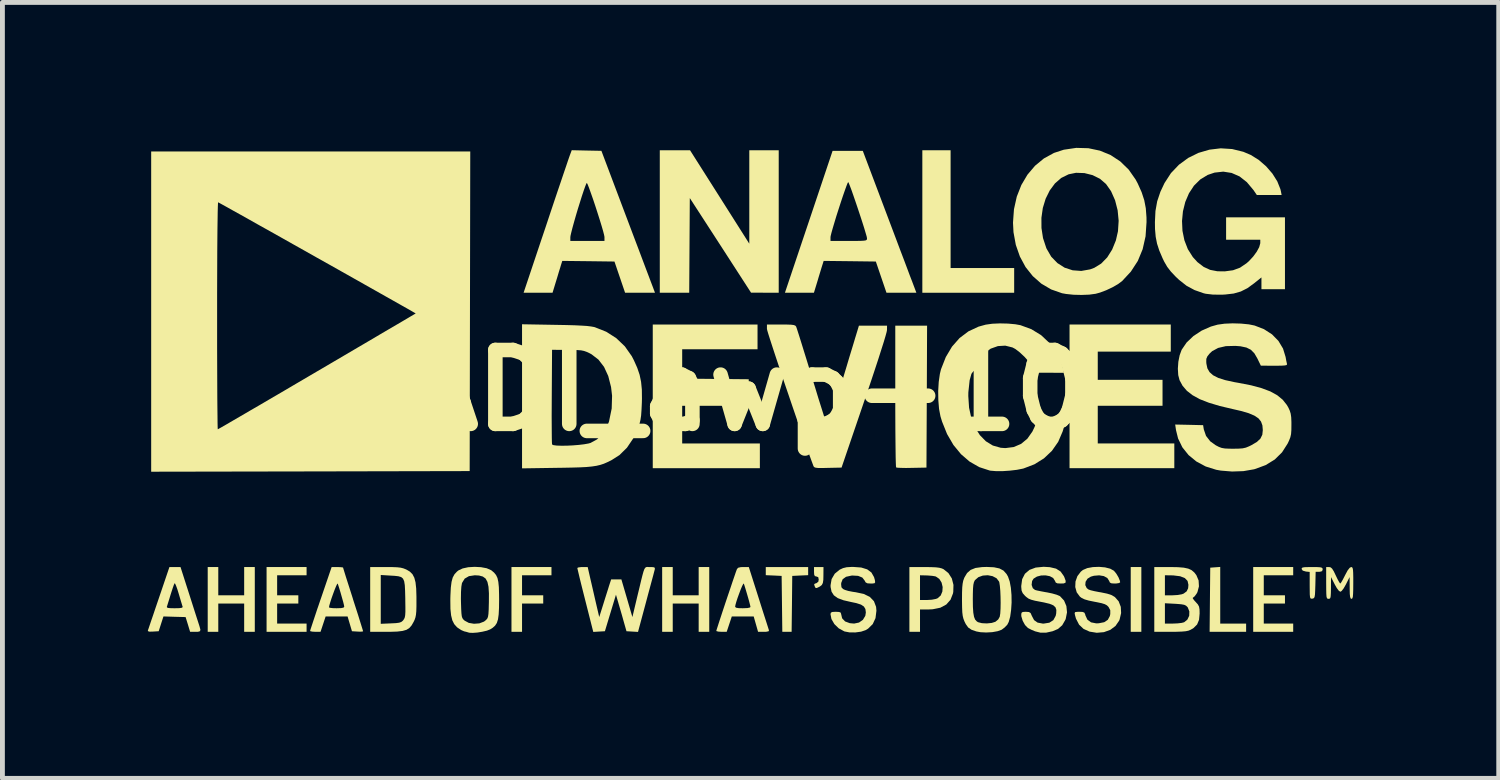
<source format=kicad_pcb>
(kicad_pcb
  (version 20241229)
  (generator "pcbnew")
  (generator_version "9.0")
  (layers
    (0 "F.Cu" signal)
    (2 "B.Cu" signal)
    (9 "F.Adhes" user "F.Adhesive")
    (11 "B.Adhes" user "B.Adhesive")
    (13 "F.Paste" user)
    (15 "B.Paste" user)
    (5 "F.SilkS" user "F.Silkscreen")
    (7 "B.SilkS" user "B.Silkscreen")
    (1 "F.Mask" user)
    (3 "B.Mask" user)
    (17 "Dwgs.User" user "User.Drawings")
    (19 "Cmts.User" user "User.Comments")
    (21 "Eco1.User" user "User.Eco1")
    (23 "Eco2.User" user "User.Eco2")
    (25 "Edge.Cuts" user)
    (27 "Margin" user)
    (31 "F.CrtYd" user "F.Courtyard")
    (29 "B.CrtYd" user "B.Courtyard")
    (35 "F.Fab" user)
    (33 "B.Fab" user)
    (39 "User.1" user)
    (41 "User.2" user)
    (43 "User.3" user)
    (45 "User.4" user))
  (footprint "ADI_awp-10"
    (layer "F.Cu")
    (at 12.428 5.003)
    (property "Reference" "ADI_awp-10" (at 0 0 0) (layer "F.SilkS") (effects (font (size 1.524 1.524) (thickness 0.3))))
    (attr board_only exclude_from_pos_files exclude_from_bom)
    (fp_poly (pts (xy 8.062 4.978) (xy 7.843 4.978) (xy 7.843 3.642) (xy 8.062 3.642)) (stroke (width 0) (type solid)) (fill yes) (layer "F.SilkS"))
    (fp_poly (pts (xy 4.128 -2.525) (xy 5.439 -2.525) (xy 5.439 -2.015) (xy 3.545 -2.015) (xy 3.545 -4.954) (xy 4.128 -4.954)) (stroke (width 0) (type solid)) (fill yes) (layer "F.SilkS"))
    (fp_poly (pts (xy 9.689 4.808) (xy 10.223 4.808) (xy 10.223 4.978) (xy 9.47 4.978) (xy 9.483 3.655) (xy 9.689 3.64)) (stroke (width 0) (type solid)) (fill yes) (layer "F.SilkS"))
    (fp_poly (pts (xy -4.104 3.812) (xy -4.711 3.812) (xy -4.711 4.225) (xy -4.274 4.225) (xy -4.274 4.395) (xy -4.711 4.395) (xy -4.711 4.978) (xy -4.929 4.978) (xy -4.929 3.642) (xy -4.104 3.642)) (stroke (width 0) (type solid)) (fill yes) (layer "F.SilkS"))
    (fp_poly (pts (xy -10.976 4.225) (xy -10.442 4.225) (xy -10.442 3.642) (xy -10.223 3.642) (xy -10.223 4.978) (xy -10.442 4.978) (xy -10.442 4.395) (xy -10.976 4.395) (xy -10.976 4.978) (xy -11.194 4.978) (xy -11.194 3.642) (xy -10.976 3.642)) (stroke (width 0) (type solid)) (fill yes) (layer "F.SilkS"))
    (fp_poly (pts (xy -9.155 3.812) (xy -9.762 3.812) (xy -9.762 4.225) (xy -9.325 4.225) (xy -9.325 4.395) (xy -9.762 4.395) (xy -9.762 4.808) (xy -9.155 4.808) (xy -9.155 4.978) (xy -9.98 4.978) (xy -9.98 3.642) (xy -9.155 3.642)) (stroke (width 0) (type solid)) (fill yes) (layer "F.SilkS"))
    (fp_poly (pts (xy -1.603 4.225) (xy -1.068 4.225) (xy -1.068 3.642) (xy -0.85 3.642) (xy -0.85 4.978) (xy -1.068 4.978) (xy -1.068 4.395) (xy -1.603 4.395) (xy -1.603 4.978) (xy -1.821 4.978) (xy -1.821 3.642) (xy -1.603 3.642)) (stroke (width 0) (type solid)) (fill yes) (layer "F.SilkS"))
    (fp_poly (pts (xy 1.19 3.81) (xy 1.026 3.817) (xy 0.862 3.825) (xy 0.856 4.401) (xy 0.849 4.978) (xy 0.657 4.978) (xy 0.65 4.401) (xy 0.643 3.825) (xy 0.48 3.817) (xy 0.316 3.81) (xy 0.316 3.642) (xy 1.19 3.642)) (stroke (width 0) (type solid)) (fill yes) (layer "F.SilkS"))
    (fp_poly (pts (xy 8.669 -0.801) (xy 7.163 -0.801) (xy 7.163 -0.219) (xy 8.499 -0.219) (xy 8.499 0.316) (xy 7.163 0.316) (xy 7.163 1.093) (xy 8.742 1.093) (xy 8.742 1.603) (xy 6.581 1.603) (xy 6.581 -1.36) (xy 8.669 -1.36)) (stroke (width 0) (type solid)) (fill yes) (layer "F.SilkS"))
    (fp_poly (pts (xy 11.194 3.812) (xy 10.587 3.812) (xy 10.587 4.225) (xy 11.024 4.225) (xy 11.024 4.395) (xy 10.587 4.395) (xy 10.587 4.808) (xy 11.194 4.808) (xy 11.194 4.978) (xy 10.369 4.978) (xy 10.369 3.642) (xy 11.194 3.642)) (stroke (width 0) (type solid)) (fill yes) (layer "F.SilkS"))
    (fp_poly (pts (xy -0.635 -3.991) (xy -0.024 -3.027) (xy -0.024 -4.954) (xy 0.583 -4.954) (xy 0.583 -2.015) (xy 0.297 -2.016) (xy 0.012 -2.017) (xy -0.619 -2.993) (xy -1.251 -3.968) (xy -1.263 -2.015) (xy -1.87 -2.015) (xy -1.87 -4.954) (xy -1.246 -4.954)) (stroke (width 0) (type solid)) (fill yes) (layer "F.SilkS"))
    (fp_poly (pts (xy 0.146 -0.85) (xy -1.408 -0.85) (xy -1.408 -0.244) (xy -0.036 -0.231) (xy -0.03 0.042) (xy -0.023 0.316) (xy -1.408 0.316) (xy -1.408 1.093) (xy 0.194 1.093) (xy 0.194 1.603) (xy -2.015 1.603) (xy -2.015 -1.36) (xy 0.146 -1.36)) (stroke (width 0) (type solid)) (fill yes) (layer "F.SilkS"))
    (fp_poly (pts (xy 3.637 0.127) (xy 3.63 1.591) (xy 3.325 1.597) (xy 3.208 1.599) (xy 3.109 1.597) (xy 3.038 1.594) (xy 3.005 1.588) (xy 3.004 1.587) (xy 3.001 1.561) (xy 2.998 1.49) (xy 2.995 1.379) (xy 2.993 1.232) (xy 2.991 1.054) (xy 2.989 0.848) (xy 2.988 0.62) (xy 2.987 0.372) (xy 2.987 0.117) (xy 2.987 -1.336) (xy 3.643 -1.336)) (stroke (width 0) (type solid)) (fill yes) (layer "F.SilkS"))
    (fp_poly (pts (xy 1.505 3.806) (xy 1.503 3.907) (xy 1.493 3.971) (xy 1.472 4.012) (xy 1.434 4.042) (xy 1.416 4.052) (xy 1.367 4.075) (xy 1.342 4.072) (xy 1.326 4.042) (xy 1.326 4.041) (xy 1.313 4.001) (xy 1.329 3.984) (xy 1.36 3.975) (xy 1.4 3.944) (xy 1.408 3.9) (xy 1.398 3.851) (xy 1.361 3.837) (xy 1.36 3.837) (xy 1.328 3.829) (xy 1.314 3.796) (xy 1.311 3.74) (xy 1.311 3.642) (xy 1.506 3.642)) (stroke (width 0) (type solid)) (fill yes) (layer "F.SilkS"))
    (fp_poly (pts (xy 11.686 3.643) (xy 11.751 3.647) (xy 11.785 3.656) (xy 11.799 3.671) (xy 11.802 3.691) (xy 11.79 3.727) (xy 11.747 3.739) (xy 11.729 3.74) (xy 11.657 3.74) (xy 11.651 4.013) (xy 11.647 4.131) (xy 11.643 4.21) (xy 11.635 4.257) (xy 11.623 4.281) (xy 11.604 4.291) (xy 11.589 4.294) (xy 11.566 4.295) (xy 11.55 4.287) (xy 11.541 4.261) (xy 11.536 4.208) (xy 11.535 4.121) (xy 11.534 4.022) (xy 11.534 3.743) (xy 11.456 3.735) (xy 11.391 3.716) (xy 11.369 3.685) (xy 11.37 3.665) (xy 11.388 3.652) (xy 11.432 3.645) (xy 11.51 3.643) (xy 11.581 3.642)) (stroke (width 0) (type solid)) (fill yes) (layer "F.SilkS"))
    (fp_poly (pts (xy 3.726 3.644) (xy 3.824 3.648) (xy 3.895 3.657) (xy 3.948 3.671) (xy 3.983 3.687) (xy 4.083 3.767) (xy 4.153 3.877) (xy 4.187 4.01) (xy 4.183 4.154) (xy 4.177 4.187) (xy 4.126 4.317) (xy 4.039 4.415) (xy 3.916 4.481) (xy 3.758 4.513) (xy 3.674 4.517) (xy 3.497 4.517) (xy 3.497 4.978) (xy 3.278 4.978) (xy 3.278 3.812) (xy 3.497 3.812) (xy 3.497 4.322) (xy 3.644 4.322) (xy 3.74 4.316) (xy 3.824 4.3) (xy 3.86 4.286) (xy 3.924 4.229) (xy 3.958 4.147) (xy 3.964 4.055) (xy 3.942 3.963) (xy 3.895 3.887) (xy 3.824 3.838) (xy 3.81 3.834) (xy 3.752 3.824) (xy 3.669 3.817) (xy 3.624 3.815) (xy 3.497 3.812) (xy 3.278 3.812) (xy 3.278 3.642) (xy 3.588 3.642)) (stroke (width 0) (type solid)) (fill yes) (layer "F.SilkS"))
    (fp_poly (pts (xy -7.386 3.643) (xy -7.287 3.647) (xy -7.215 3.655) (xy -7.159 3.669) (xy -7.108 3.689) (xy -7.095 3.695) (xy -7.024 3.737) (xy -6.971 3.79) (xy -6.933 3.862) (xy -6.908 3.958) (xy -6.894 4.086) (xy -6.889 4.253) (xy -6.889 4.314) (xy -6.889 4.453) (xy -6.892 4.554) (xy -6.899 4.627) (xy -6.91 4.682) (xy -6.927 4.731) (xy -6.947 4.773) (xy -6.989 4.846) (xy -7.036 4.9) (xy -7.095 4.937) (xy -7.176 4.96) (xy -7.285 4.973) (xy -7.431 4.978) (xy -7.509 4.978) (xy -7.843 4.978) (xy -7.843 3.806) (xy -7.625 3.806) (xy -7.625 4.813) (xy -7.416 4.804) (xy -7.312 4.799) (xy -7.245 4.79) (xy -7.202 4.775) (xy -7.172 4.751) (xy -7.16 4.737) (xy -7.142 4.71) (xy -7.129 4.679) (xy -7.121 4.634) (xy -7.117 4.567) (xy -7.117 4.47) (xy -7.119 4.335) (xy -7.119 4.294) (xy -7.123 4.135) (xy -7.129 4.017) (xy -7.142 3.935) (xy -7.166 3.881) (xy -7.204 3.849) (xy -7.262 3.832) (xy -7.344 3.823) (xy -7.416 3.819) (xy -7.625 3.806) (xy -7.843 3.806) (xy -7.843 3.642) (xy -7.523 3.642)) (stroke (width 0) (type solid)) (fill yes) (layer "F.SilkS"))
    (fp_poly (pts (xy 11.967 3.649) (xy 11.997 3.676) (xy 12.032 3.732) (xy 12.07 3.812) (xy 12.109 3.893) (xy 12.142 3.953) (xy 12.162 3.981) (xy 12.165 3.982) (xy 12.182 3.962) (xy 12.214 3.908) (xy 12.253 3.832) (xy 12.263 3.812) (xy 12.316 3.713) (xy 12.359 3.658) (xy 12.389 3.642) (xy 12.407 3.646) (xy 12.419 3.662) (xy 12.427 3.699) (xy 12.431 3.762) (xy 12.433 3.861) (xy 12.433 3.97) (xy 12.432 4.105) (xy 12.429 4.197) (xy 12.424 4.256) (xy 12.414 4.287) (xy 12.401 4.298) (xy 12.396 4.298) (xy 12.379 4.29) (xy 12.368 4.258) (xy 12.361 4.197) (xy 12.359 4.096) (xy 12.359 4.073) (xy 12.357 3.849) (xy 12.281 4.001) (xy 12.234 4.083) (xy 12.193 4.136) (xy 12.166 4.152) (xy 12.135 4.131) (xy 12.092 4.074) (xy 12.051 4.001) (xy 11.974 3.849) (xy 11.973 4.073) (xy 11.971 4.179) (xy 11.967 4.245) (xy 11.959 4.281) (xy 11.943 4.296) (xy 11.923 4.298) (xy 11.903 4.295) (xy 11.89 4.283) (xy 11.881 4.252) (xy 11.877 4.196) (xy 11.875 4.107) (xy 11.874 3.977) (xy 11.874 3.97) (xy 11.874 3.642) (xy 11.933 3.642)) (stroke (width 0) (type solid)) (fill yes) (layer "F.SilkS"))
    (fp_poly (pts (xy -11.57 4.219) (xy -11.518 4.382) (xy -11.47 4.533) (xy -11.428 4.664) (xy -11.394 4.769) (xy -11.371 4.84) (xy -11.363 4.866) (xy -11.345 4.932) (xy -11.352 4.965) (xy -11.392 4.977) (xy -11.449 4.978) (xy -11.557 4.978) (xy -11.603 4.826) (xy -11.65 4.674) (xy -11.879 4.668) (xy -12.107 4.661) (xy -12.156 4.813) (xy -12.205 4.966) (xy -12.322 4.973) (xy -12.394 4.975) (xy -12.426 4.965) (xy -12.428 4.949) (xy -12.417 4.919) (xy -12.393 4.848) (xy -12.358 4.744) (xy -12.313 4.613) (xy -12.262 4.461) (xy -12.26 4.456) (xy -12.036 4.456) (xy -12.035 4.475) (xy -12.01 4.486) (xy -11.952 4.491) (xy -11.874 4.492) (xy -11.779 4.49) (xy -11.727 4.482) (xy -11.71 4.468) (xy -11.711 4.462) (xy -11.722 4.427) (xy -11.743 4.357) (xy -11.771 4.263) (xy -11.791 4.195) (xy -11.821 4.098) (xy -11.848 4.024) (xy -11.868 3.982) (xy -11.876 3.976) (xy -11.891 4.006) (xy -11.914 4.071) (xy -11.943 4.16) (xy -11.958 4.207) (xy -11.988 4.306) (xy -12.014 4.389) (xy -12.031 4.444) (xy -12.036 4.456) (xy -12.26 4.456) (xy -12.205 4.294) (xy -12.2 4.28) (xy -11.984 3.643) (xy -11.869 3.643) (xy -11.755 3.642)) (stroke (width 0) (type solid)) (fill yes) (layer "F.SilkS"))
    (fp_poly (pts (xy -2.1 3.642) (xy -2.072 3.642) (xy -2.005 3.644) (xy -1.975 3.655) (xy -1.971 3.68) (xy -1.975 3.697) (xy -1.985 3.735) (xy -2.005 3.812) (xy -2.035 3.923) (xy -2.072 4.06) (xy -2.114 4.216) (xy -2.154 4.366) (xy -2.319 4.98) (xy -2.438 4.973) (xy -2.557 4.966) (xy -2.616 4.759) (xy -2.65 4.637) (xy -2.688 4.507) (xy -2.721 4.394) (xy -2.724 4.383) (xy -2.774 4.213) (xy -2.888 4.589) (xy -3.002 4.966) (xy -3.122 4.973) (xy -3.242 4.98) (xy -3.407 4.329) (xy -3.45 4.159) (xy -3.489 4.004) (xy -3.522 3.87) (xy -3.547 3.764) (xy -3.564 3.693) (xy -3.571 3.661) (xy -3.571 3.661) (xy -3.548 3.65) (xy -3.493 3.643) (xy -3.463 3.642) (xy -3.357 3.642) (xy -3.303 3.879) (xy -3.273 4.008) (xy -3.238 4.16) (xy -3.203 4.313) (xy -3.184 4.395) (xy -3.119 4.674) (xy -3.039 4.42) (xy -3.001 4.298) (xy -2.963 4.178) (xy -2.931 4.077) (xy -2.917 4.031) (xy -2.873 3.897) (xy -2.662 3.897) (xy -2.548 4.286) (xy -2.435 4.674) (xy -2.334 4.249) (xy -2.289 4.064) (xy -2.255 3.92) (xy -2.228 3.813) (xy -2.207 3.737) (xy -2.189 3.687) (xy -2.171 3.658) (xy -2.152 3.644) (xy -2.129 3.64)) (stroke (width 0) (type solid)) (fill yes) (layer "F.SilkS"))
    (fp_poly (pts (xy 0.169 4.28) (xy 0.222 4.448) (xy 0.271 4.602) (xy 0.314 4.735) (xy 0.348 4.841) (xy 0.371 4.914) (xy 0.382 4.947) (xy 0.382 4.948) (xy 0.374 4.967) (xy 0.325 4.977) (xy 0.275 4.978) (xy 0.157 4.978) (xy 0.112 4.82) (xy 0.067 4.662) (xy -0.385 4.662) (xy -0.49 4.978) (xy -0.597 4.978) (xy -0.661 4.974) (xy -0.7 4.964) (xy -0.704 4.958) (xy -0.697 4.932) (xy -0.676 4.867) (xy -0.645 4.77) (xy -0.605 4.649) (xy -0.56 4.512) (xy -0.543 4.461) (xy -0.316 4.461) (xy -0.299 4.48) (xy -0.244 4.49) (xy -0.158 4.492) (xy -0.06 4.488) (xy -0.009 4.476) (xy 0 4.463) (xy -0.007 4.43) (xy -0.024 4.363) (xy -0.048 4.276) (xy -0.076 4.18) (xy -0.103 4.089) (xy -0.126 4.015) (xy -0.138 3.982) (xy -0.149 3.991) (xy -0.172 4.035) (xy -0.201 4.104) (xy -0.233 4.189) (xy -0.265 4.277) (xy -0.292 4.36) (xy -0.31 4.425) (xy -0.316 4.461) (xy -0.543 4.461) (xy -0.511 4.365) (xy -0.461 4.216) (xy -0.412 4.072) (xy -0.368 3.94) (xy -0.329 3.827) (xy -0.3 3.742) (xy -0.281 3.691) (xy -0.279 3.685) (xy -0.254 3.657) (xy -0.199 3.644) (xy -0.148 3.642) (xy -0.034 3.642)) (stroke (width 0) (type solid)) (fill yes) (layer "F.SilkS"))
    (fp_poly (pts (xy -8.452 3.645) (xy -8.409 3.65) (xy -8.402 3.654) (xy -8.395 3.679) (xy -8.375 3.744) (xy -8.344 3.844) (xy -8.303 3.972) (xy -8.255 4.122) (xy -8.202 4.288) (xy -8.196 4.31) (xy -8.142 4.478) (xy -8.093 4.63) (xy -8.052 4.762) (xy -8.02 4.865) (xy -7.998 4.936) (xy -7.989 4.967) (xy -7.989 4.967) (xy -8.011 4.974) (xy -8.066 4.975) (xy -8.104 4.973) (xy -8.219 4.966) (xy -8.264 4.814) (xy -8.309 4.662) (xy -8.762 4.662) (xy -8.867 4.978) (xy -8.975 4.978) (xy -9.039 4.974) (xy -9.078 4.965) (xy -9.082 4.96) (xy -9.075 4.933) (xy -9.053 4.866) (xy -9.02 4.766) (xy -8.977 4.637) (xy -8.927 4.486) (xy -8.922 4.474) (xy -8.693 4.474) (xy -8.671 4.483) (xy -8.613 4.49) (xy -8.535 4.492) (xy -8.443 4.489) (xy -8.393 4.479) (xy -8.378 4.46) (xy -8.384 4.425) (xy -8.401 4.357) (xy -8.426 4.269) (xy -8.453 4.173) (xy -8.48 4.083) (xy -8.503 4.012) (xy -8.514 3.982) (xy -8.525 3.993) (xy -8.547 4.039) (xy -8.576 4.11) (xy -8.608 4.196) (xy -8.64 4.286) (xy -8.667 4.37) (xy -8.686 4.436) (xy -8.693 4.474) (xy -8.922 4.474) (xy -8.87 4.32) (xy -8.86 4.292) (xy -8.638 3.642) (xy -8.52 3.642)) (stroke (width 0) (type solid)) (fill yes) (layer "F.SilkS"))
    (fp_poly (pts (xy 2.821 -3.606) (xy 2.914 -3.36) (xy 3.003 -3.124) (xy 3.086 -2.903) (xy 3.163 -2.701) (xy 3.23 -2.523) (xy 3.286 -2.373) (xy 3.331 -2.257) (xy 3.361 -2.177) (xy 3.374 -2.143) (xy 3.422 -2.015) (xy 3.113 -2.016) (xy 2.805 -2.016) (xy 2.586 -2.659) (xy 2.048 -2.666) (xy 1.51 -2.672) (xy 1.485 -2.593) (xy 1.467 -2.536) (xy 1.44 -2.447) (xy 1.407 -2.339) (xy 1.385 -2.264) (xy 1.309 -2.015) (xy 0.711 -2.015) (xy 1.07 -3.084) (xy 1.651 -3.084) (xy 2.028 -3.084) (xy 2.17 -3.084) (xy 2.271 -3.085) (xy 2.338 -3.089) (xy 2.377 -3.095) (xy 2.397 -3.106) (xy 2.403 -3.122) (xy 2.404 -3.139) (xy 2.397 -3.175) (xy 2.376 -3.247) (xy 2.346 -3.348) (xy 2.307 -3.471) (xy 2.263 -3.606) (xy 2.216 -3.748) (xy 2.169 -3.887) (xy 2.124 -4.018) (xy 2.084 -4.132) (xy 2.05 -4.222) (xy 2.027 -4.279) (xy 2.016 -4.298) (xy 2.003 -4.276) (xy 1.979 -4.215) (xy 1.946 -4.123) (xy 1.906 -4.008) (xy 1.862 -3.876) (xy 1.817 -3.737) (xy 1.772 -3.597) (xy 1.732 -3.464) (xy 1.697 -3.346) (xy 1.67 -3.25) (xy 1.654 -3.185) (xy 1.651 -3.162) (xy 1.651 -3.084) (xy 1.07 -3.084) (xy 1.203 -3.479) (xy 1.694 -4.942) (xy 2.317 -4.942)) (stroke (width 0) (type solid)) (fill yes) (layer "F.SilkS"))
    (fp_poly (pts (xy -3.38 -4.948) (xy -3.074 -4.942) (xy -2.57 -3.606) (xy -2.477 -3.36) (xy -2.388 -3.124) (xy -2.304 -2.903) (xy -2.228 -2.701) (xy -2.161 -2.523) (xy -2.104 -2.373) (xy -2.06 -2.256) (xy -2.03 -2.177) (xy -2.017 -2.143) (xy -1.969 -2.015) (xy -2.277 -2.016) (xy -2.586 -2.016) (xy -2.805 -2.659) (xy -3.343 -2.666) (xy -3.881 -2.672) (xy -3.906 -2.593) (xy -3.923 -2.536) (xy -3.951 -2.447) (xy -3.983 -2.339) (xy -4.006 -2.264) (xy -4.082 -2.015) (xy -4.679 -2.015) (xy -4.321 -3.084) (xy -3.715 -3.084) (xy -3.011 -3.084) (xy -3.011 -3.167) (xy -3.019 -3.209) (xy -3.039 -3.287) (xy -3.07 -3.394) (xy -3.109 -3.521) (xy -3.153 -3.66) (xy -3.199 -3.802) (xy -3.245 -3.94) (xy -3.289 -4.065) (xy -3.326 -4.168) (xy -3.355 -4.243) (xy -3.373 -4.279) (xy -3.374 -4.28) (xy -3.386 -4.264) (xy -3.408 -4.209) (xy -3.439 -4.122) (xy -3.476 -4.011) (xy -3.516 -3.883) (xy -3.559 -3.746) (xy -3.6 -3.608) (xy -3.638 -3.475) (xy -3.671 -3.355) (xy -3.696 -3.257) (xy -3.712 -3.187) (xy -3.715 -3.158) (xy -3.715 -3.084) (xy -4.321 -3.084) (xy -4.221 -3.381) (xy -4.138 -3.631) (xy -4.058 -3.87) (xy -3.983 -4.093) (xy -3.914 -4.296) (xy -3.854 -4.474) (xy -3.803 -4.623) (xy -3.764 -4.739) (xy -3.737 -4.817) (xy -3.725 -4.851) (xy -3.686 -4.955)) (stroke (width 0) (type solid)) (fill yes) (layer "F.SilkS"))
    (fp_poly (pts (xy 8.651 3.642) (xy 8.814 3.645) (xy 8.938 3.655) (xy 9.03 3.675) (xy 9.099 3.707) (xy 9.154 3.754) (xy 9.197 3.81) (xy 9.243 3.919) (xy 9.25 4.041) (xy 9.219 4.159) (xy 9.201 4.192) (xy 9.163 4.244) (xy 9.13 4.272) (xy 9.124 4.274) (xy 9.123 4.289) (xy 9.151 4.328) (xy 9.18 4.36) (xy 9.227 4.412) (xy 9.252 4.458) (xy 9.262 4.517) (xy 9.264 4.601) (xy 9.252 4.731) (xy 9.212 4.827) (xy 9.139 4.9) (xy 9.08 4.935) (xy 9.035 4.954) (xy 8.978 4.966) (xy 8.899 4.973) (xy 8.788 4.977) (xy 8.663 4.978) (xy 8.329 4.978) (xy 8.329 4.389) (xy 8.548 4.389) (xy 8.548 4.808) (xy 8.716 4.808) (xy 8.811 4.804) (xy 8.894 4.794) (xy 8.944 4.781) (xy 9.011 4.727) (xy 9.049 4.647) (xy 9.052 4.558) (xy 9.02 4.476) (xy 9.013 4.467) (xy 8.984 4.439) (xy 8.946 4.421) (xy 8.885 4.41) (xy 8.791 4.402) (xy 8.758 4.4) (xy 8.548 4.389) (xy 8.329 4.389) (xy 8.329 3.812) (xy 8.548 3.812) (xy 8.548 4.225) (xy 8.707 4.225) (xy 8.81 4.219) (xy 8.896 4.204) (xy 8.934 4.19) (xy 8.997 4.143) (xy 9.027 4.08) (xy 9.033 4.009) (xy 9.015 3.928) (xy 8.959 3.87) (xy 8.862 3.832) (xy 8.724 3.815) (xy 8.663 3.813) (xy 8.548 3.812) (xy 8.329 3.812) (xy 8.329 3.642)) (stroke (width 0) (type solid)) (fill yes) (layer "F.SilkS"))
    (fp_poly (pts (xy 0.756 -1.359) (xy 0.841 -1.356) (xy 0.894 -1.349) (xy 0.925 -1.337) (xy 0.94 -1.32) (xy 0.942 -1.317) (xy 0.953 -1.286) (xy 0.977 -1.213) (xy 1.012 -1.103) (xy 1.056 -0.962) (xy 1.108 -0.794) (xy 1.167 -0.604) (xy 1.23 -0.398) (xy 1.275 -0.25) (xy 1.341 -0.037) (xy 1.401 0.161) (xy 1.457 0.338) (xy 1.505 0.491) (xy 1.544 0.615) (xy 1.573 0.705) (xy 1.591 0.757) (xy 1.596 0.768) (xy 1.604 0.744) (xy 1.625 0.678) (xy 1.657 0.577) (xy 1.698 0.444) (xy 1.746 0.286) (xy 1.8 0.108) (xy 1.859 -0.086) (xy 1.859 -0.087) (xy 1.921 -0.291) (xy 1.981 -0.489) (xy 2.036 -0.674) (xy 2.086 -0.838) (xy 2.128 -0.976) (xy 2.159 -1.08) (xy 2.176 -1.135) (xy 2.237 -1.336) (xy 2.817 -1.336) (xy 2.816 -1.245) (xy 2.808 -1.204) (xy 2.785 -1.12) (xy 2.749 -0.999) (xy 2.699 -0.842) (xy 2.639 -0.653) (xy 2.568 -0.437) (xy 2.488 -0.196) (xy 2.4 0.065) (xy 2.347 0.219) (xy 1.879 1.591) (xy 1.598 1.597) (xy 1.476 1.6) (xy 1.394 1.599) (xy 1.344 1.593) (xy 1.316 1.582) (xy 1.302 1.565) (xy 1.3 1.561) (xy 1.261 1.456) (xy 1.211 1.319) (xy 1.153 1.155) (xy 1.087 0.968) (xy 1.016 0.764) (xy 0.941 0.548) (xy 0.864 0.323) (xy 0.787 0.096) (xy 0.71 -0.129) (xy 0.637 -0.347) (xy 0.568 -0.553) (xy 0.505 -0.743) (xy 0.45 -0.911) (xy 0.404 -1.053) (xy 0.369 -1.163) (xy 0.347 -1.237) (xy 0.34 -1.27) (xy 0.34 -1.36) (xy 0.631 -1.36)) (stroke (width 0) (type solid)) (fill yes) (layer "F.SilkS"))
    (fp_poly (pts (xy 5.022 3.647) (xy 5.135 3.671) (xy 5.218 3.715) (xy 5.281 3.785) (xy 5.312 3.839) (xy 5.347 3.94) (xy 5.371 4.07) (xy 5.384 4.22) (xy 5.386 4.376) (xy 5.376 4.528) (xy 5.357 4.665) (xy 5.327 4.774) (xy 5.297 4.832) (xy 5.242 4.889) (xy 5.181 4.935) (xy 5.099 4.965) (xy 4.988 4.985) (xy 4.863 4.992) (xy 4.742 4.986) (xy 4.658 4.97) (xy 4.558 4.935) (xy 4.491 4.889) (xy 4.441 4.819) (xy 4.412 4.76) (xy 4.392 4.707) (xy 4.378 4.649) (xy 4.369 4.575) (xy 4.365 4.475) (xy 4.363 4.339) (xy 4.363 4.31) (xy 4.363 4.304) (xy 4.586 4.304) (xy 4.588 4.464) (xy 4.596 4.583) (xy 4.611 4.668) (xy 4.634 4.726) (xy 4.668 4.763) (xy 4.695 4.78) (xy 4.774 4.8) (xy 4.875 4.805) (xy 4.976 4.795) (xy 5.052 4.771) (xy 5.11 4.723) (xy 5.141 4.668) (xy 5.152 4.601) (xy 5.158 4.501) (xy 5.16 4.382) (xy 5.158 4.255) (xy 5.153 4.134) (xy 5.144 4.031) (xy 5.133 3.959) (xy 5.127 3.941) (xy 5.075 3.873) (xy 4.993 3.83) (xy 4.895 3.811) (xy 4.793 3.818) (xy 4.701 3.851) (xy 4.631 3.911) (xy 4.626 3.919) (xy 4.609 3.955) (xy 4.597 4.008) (xy 4.59 4.086) (xy 4.587 4.198) (xy 4.586 4.304) (xy 4.363 4.304) (xy 4.364 4.167) (xy 4.368 4.063) (xy 4.376 3.986) (xy 4.388 3.925) (xy 4.407 3.872) (xy 4.414 3.856) (xy 4.468 3.765) (xy 4.542 3.701) (xy 4.642 3.661) (xy 4.777 3.643) (xy 4.872 3.64)) (stroke (width 0) (type solid)) (fill yes) (layer "F.SilkS"))
    (fp_poly (pts (xy 2.285 3.652) (xy 2.408 3.69) (xy 2.495 3.755) (xy 2.549 3.85) (xy 2.566 3.91) (xy 2.572 3.956) (xy 2.559 3.976) (xy 2.514 3.982) (xy 2.479 3.982) (xy 2.412 3.978) (xy 2.375 3.958) (xy 2.355 3.921) (xy 2.307 3.859) (xy 2.221 3.824) (xy 2.102 3.817) (xy 2.082 3.819) (xy 1.972 3.843) (xy 1.902 3.893) (xy 1.872 3.97) (xy 1.87 4) (xy 1.877 4.06) (xy 1.909 4.095) (xy 1.949 4.114) (xy 2.018 4.135) (xy 2.11 4.153) (xy 2.173 4.162) (xy 2.337 4.197) (xy 2.462 4.258) (xy 2.547 4.347) (xy 2.591 4.463) (xy 2.598 4.543) (xy 2.579 4.696) (xy 2.522 4.819) (xy 2.426 4.913) (xy 2.374 4.944) (xy 2.281 4.975) (xy 2.163 4.991) (xy 2.043 4.99) (xy 1.942 4.971) (xy 1.934 4.968) (xy 1.82 4.906) (xy 1.73 4.818) (xy 1.67 4.714) (xy 1.651 4.615) (xy 1.658 4.584) (xy 1.687 4.569) (xy 1.751 4.565) (xy 1.761 4.565) (xy 1.829 4.569) (xy 1.861 4.582) (xy 1.87 4.611) (xy 1.87 4.612) (xy 1.891 4.7) (xy 1.952 4.764) (xy 2.049 4.8) (xy 2.138 4.808) (xy 2.239 4.787) (xy 2.319 4.731) (xy 2.369 4.648) (xy 2.38 4.579) (xy 2.371 4.509) (xy 2.34 4.457) (xy 2.28 4.417) (xy 2.184 4.386) (xy 2.079 4.364) (xy 1.918 4.327) (xy 1.8 4.283) (xy 1.72 4.225) (xy 1.673 4.151) (xy 1.653 4.056) (xy 1.652 4.018) (xy 1.674 3.89) (xy 1.739 3.779) (xy 1.841 3.696) (xy 1.841 3.696) (xy 1.91 3.664) (xy 1.985 3.646) (xy 2.084 3.64) (xy 2.123 3.64)) (stroke (width 0) (type solid)) (fill yes) (layer "F.SilkS"))
    (fp_poly (pts (xy 6.97 -4.996) (xy 7.207 -4.946) (xy 7.428 -4.855) (xy 7.627 -4.724) (xy 7.8 -4.556) (xy 7.943 -4.352) (xy 7.987 -4.27) (xy 8.068 -4.089) (xy 8.122 -3.924) (xy 8.154 -3.757) (xy 8.168 -3.57) (xy 8.169 -3.472) (xy 8.149 -3.179) (xy 8.089 -2.913) (xy 7.989 -2.671) (xy 7.846 -2.451) (xy 7.665 -2.256) (xy 7.582 -2.194) (xy 7.467 -2.128) (xy 7.338 -2.067) (xy 7.211 -2.019) (xy 7.12 -1.994) (xy 6.987 -1.976) (xy 6.828 -1.97) (xy 6.662 -1.974) (xy 6.51 -1.99) (xy 6.426 -2.005) (xy 6.201 -2.084) (xy 5.999 -2.203) (xy 5.823 -2.358) (xy 5.674 -2.545) (xy 5.557 -2.762) (xy 5.473 -3.002) (xy 5.425 -3.264) (xy 5.415 -3.46) (xy 5.422 -3.561) (xy 6.001 -3.561) (xy 6.002 -3.351) (xy 6.034 -3.142) (xy 6.101 -2.939) (xy 6.107 -2.925) (xy 6.204 -2.758) (xy 6.331 -2.627) (xy 6.48 -2.532) (xy 6.646 -2.478) (xy 6.823 -2.465) (xy 7.005 -2.497) (xy 7.091 -2.529) (xy 7.233 -2.616) (xy 7.358 -2.744) (xy 7.46 -2.906) (xy 7.537 -3.095) (xy 7.58 -3.283) (xy 7.594 -3.499) (xy 7.573 -3.716) (xy 7.52 -3.923) (xy 7.437 -4.11) (xy 7.333 -4.258) (xy 7.209 -4.365) (xy 7.056 -4.441) (xy 6.888 -4.483) (xy 6.715 -4.489) (xy 6.562 -4.458) (xy 6.41 -4.383) (xy 6.28 -4.27) (xy 6.172 -4.124) (xy 6.088 -3.954) (xy 6.03 -3.764) (xy 6.001 -3.561) (xy 5.422 -3.561) (xy 5.435 -3.738) (xy 5.493 -3.998) (xy 5.587 -4.237) (xy 5.713 -4.45) (xy 5.869 -4.634) (xy 6.052 -4.785) (xy 6.26 -4.899) (xy 6.462 -4.965) (xy 6.72 -5.003)) (stroke (width 0) (type solid)) (fill yes) (layer "F.SilkS"))
    (fp_poly (pts (xy -5.791 1.663) (xy -9.076 1.67) (xy -12.36 1.676) (xy -12.36 -1.544) (xy -11 -1.544) (xy -11 -1.211) (xy -11 -0.892) (xy -10.999 -0.591) (xy -10.998 -0.31) (xy -10.997 -0.053) (xy -10.996 0.176) (xy -10.994 0.375) (xy -10.992 0.54) (xy -10.991 0.667) (xy -10.989 0.754) (xy -10.987 0.797) (xy -10.986 0.801) (xy -10.964 0.789) (xy -10.902 0.754) (xy -10.804 0.698) (xy -10.674 0.622) (xy -10.512 0.528) (xy -10.324 0.418) (xy -10.11 0.294) (xy -9.875 0.156) (xy -9.621 0.008) (xy -9.351 -0.151) (xy -9.068 -0.317) (xy -8.94 -0.392) (xy -8.652 -0.561) (xy -8.376 -0.723) (xy -8.116 -0.876) (xy -7.872 -1.019) (xy -7.65 -1.15) (xy -7.451 -1.267) (xy -7.278 -1.368) (xy -7.135 -1.452) (xy -7.024 -1.518) (xy -6.947 -1.563) (xy -6.908 -1.586) (xy -6.904 -1.588) (xy -6.924 -1.6) (xy -6.983 -1.634) (xy -7.077 -1.688) (xy -7.203 -1.759) (xy -7.357 -1.846) (xy -7.536 -1.947) (xy -7.736 -2.06) (xy -7.954 -2.183) (xy -8.186 -2.314) (xy -8.429 -2.451) (xy -8.679 -2.592) (xy -8.933 -2.734) (xy -9.186 -2.877) (xy -9.437 -3.018) (xy -9.68 -3.155) (xy -9.913 -3.286) (xy -10.132 -3.408) (xy -10.334 -3.522) (xy -10.514 -3.623) (xy -10.671 -3.71) (xy -10.799 -3.782) (xy -10.895 -3.835) (xy -10.957 -3.869) (xy -10.979 -3.881) (xy -10.982 -3.859) (xy -10.985 -3.791) (xy -10.988 -3.68) (xy -10.99 -3.531) (xy -10.993 -3.346) (xy -10.995 -3.128) (xy -10.997 -2.88) (xy -10.998 -2.606) (xy -10.999 -2.309) (xy -11 -1.991) (xy -11 -1.656) (xy -11 -1.544) (xy -12.36 -1.544) (xy -12.36 -4.929) (xy -5.779 -4.929)) (stroke (width 0) (type solid)) (fill yes) (layer "F.SilkS"))
    (fp_poly (pts (xy -4.025 -1.353) (xy -3.803 -1.349) (xy -3.623 -1.344) (xy -3.482 -1.337) (xy -3.372 -1.33) (xy -3.29 -1.32) (xy -3.228 -1.309) (xy -3.209 -1.304) (xy -2.975 -1.211) (xy -2.768 -1.079) (xy -2.591 -0.91) (xy -2.448 -0.707) (xy -2.405 -0.624) (xy -2.335 -0.467) (xy -2.286 -0.323) (xy -2.256 -0.178) (xy -2.24 -0.018) (xy -2.238 0.17) (xy -2.24 0.255) (xy -2.247 0.404) (xy -2.255 0.516) (xy -2.268 0.604) (xy -2.286 0.68) (xy -2.311 0.756) (xy -2.418 0.99) (xy -2.548 1.182) (xy -2.703 1.334) (xy -2.87 1.44) (xy -2.95 1.479) (xy -3.023 1.511) (xy -3.096 1.535) (xy -3.176 1.554) (xy -3.268 1.568) (xy -3.381 1.579) (xy -3.519 1.586) (xy -3.691 1.591) (xy -3.902 1.595) (xy -3.988 1.596) (xy -4.711 1.607) (xy -4.711 0.531) (xy -4.1 0.531) (xy -4.099 0.708) (xy -4.098 0.861) (xy -4.097 0.982) (xy -4.095 1.067) (xy -4.092 1.11) (xy -4.092 1.114) (xy -4.063 1.128) (xy -3.995 1.137) (xy -3.9 1.14) (xy -3.785 1.139) (xy -3.662 1.133) (xy -3.54 1.123) (xy -3.43 1.11) (xy -3.34 1.094) (xy -3.298 1.082) (xy -3.166 1.01) (xy -3.052 0.899) (xy -2.962 0.758) (xy -2.917 0.64) (xy -2.862 0.373) (xy -2.854 0.11) (xy -2.875 -0.07) (xy -2.933 -0.297) (xy -3.02 -0.486) (xy -3.135 -0.636) (xy -3.278 -0.746) (xy -3.319 -0.768) (xy -3.379 -0.796) (xy -3.433 -0.815) (xy -3.492 -0.827) (xy -3.568 -0.833) (xy -3.673 -0.836) (xy -3.774 -0.837) (xy -4.092 -0.838) (xy -4.098 0.121) (xy -4.099 0.333) (xy -4.1 0.531) (xy -4.711 0.531) (xy -4.711 -1.365)) (stroke (width 0) (type solid)) (fill yes) (layer "F.SilkS"))
    (fp_poly (pts (xy -5.558 3.645) (xy -5.44 3.667) (xy -5.352 3.705) (xy -5.344 3.71) (xy -5.288 3.757) (xy -5.247 3.807) (xy -5.218 3.868) (xy -5.2 3.949) (xy -5.189 4.058) (xy -5.185 4.202) (xy -5.184 4.31) (xy -5.186 4.486) (xy -5.193 4.62) (xy -5.207 4.721) (xy -5.231 4.796) (xy -5.267 4.851) (xy -5.316 4.895) (xy -5.367 4.927) (xy -5.435 4.954) (xy -5.529 4.976) (xy -5.631 4.993) (xy -5.727 5) (xy -5.798 4.997) (xy -5.816 4.992) (xy -5.856 4.98) (xy -5.906 4.968) (xy -5.966 4.942) (xy -6.035 4.897) (xy -6.057 4.879) (xy -6.11 4.819) (xy -6.149 4.741) (xy -6.174 4.639) (xy -6.188 4.506) (xy -6.19 4.335) (xy -6.19 4.297) (xy -5.972 4.297) (xy -5.97 4.381) (xy -5.966 4.509) (xy -5.961 4.597) (xy -5.954 4.656) (xy -5.942 4.694) (xy -5.923 4.722) (xy -5.896 4.747) (xy -5.893 4.749) (xy -5.809 4.794) (xy -5.702 4.812) (xy -5.592 4.804) (xy -5.497 4.768) (xy -5.471 4.749) (xy -5.444 4.724) (xy -5.424 4.698) (xy -5.412 4.662) (xy -5.404 4.608) (xy -5.399 4.525) (xy -5.396 4.405) (xy -5.395 4.366) (xy -5.394 4.185) (xy -5.403 4.048) (xy -5.425 3.948) (xy -5.463 3.879) (xy -5.52 3.838) (xy -5.598 3.817) (xy -5.685 3.812) (xy -5.806 3.83) (xy -5.894 3.881) (xy -5.947 3.967) (xy -5.951 3.978) (xy -5.963 4.049) (xy -5.97 4.158) (xy -5.972 4.297) (xy -6.19 4.297) (xy -6.188 4.226) (xy -6.18 4.067) (xy -6.165 3.948) (xy -6.141 3.859) (xy -6.104 3.791) (xy -6.052 3.735) (xy -6.02 3.71) (xy -5.936 3.671) (xy -5.821 3.646) (xy -5.69 3.638)) (stroke (width 0) (type solid)) (fill yes) (layer "F.SilkS"))
    (fp_poly (pts (xy 9.935 -4.979) (xy 10.166 -4.922) (xy 10.319 -4.857) (xy 10.483 -4.755) (xy 10.635 -4.623) (xy 10.765 -4.473) (xy 10.866 -4.312) (xy 10.93 -4.152) (xy 10.94 -4.11) (xy 10.955 -4.031) (xy 10.444 -4.031) (xy 10.373 -4.135) (xy 10.238 -4.296) (xy 10.088 -4.414) (xy 9.924 -4.486) (xy 9.752 -4.513) (xy 9.572 -4.493) (xy 9.43 -4.445) (xy 9.276 -4.351) (xy 9.147 -4.223) (xy 9.044 -4.066) (xy 8.968 -3.888) (xy 8.92 -3.695) (xy 8.901 -3.495) (xy 8.91 -3.293) (xy 8.95 -3.097) (xy 9.021 -2.914) (xy 9.124 -2.751) (xy 9.219 -2.647) (xy 9.348 -2.548) (xy 9.481 -2.487) (xy 9.631 -2.458) (xy 9.782 -2.456) (xy 9.953 -2.479) (xy 10.097 -2.532) (xy 10.231 -2.623) (xy 10.281 -2.667) (xy 10.369 -2.762) (xy 10.442 -2.862) (xy 10.493 -2.956) (xy 10.514 -3.033) (xy 10.515 -3.04) (xy 10.515 -3.108) (xy 9.81 -3.108) (xy 9.81 -3.57) (xy 11.024 -3.57) (xy 11.024 -2.088) (xy 10.539 -2.088) (xy 10.539 -2.331) (xy 10.388 -2.21) (xy 10.249 -2.109) (xy 10.114 -2.041) (xy 9.967 -1.999) (xy 9.794 -1.979) (xy 9.725 -1.975) (xy 9.538 -1.977) (xy 9.392 -1.994) (xy 9.349 -2.004) (xy 9.16 -2.07) (xy 8.996 -2.158) (xy 8.841 -2.28) (xy 8.772 -2.345) (xy 8.671 -2.452) (xy 8.596 -2.549) (xy 8.534 -2.656) (xy 8.501 -2.724) (xy 8.432 -2.885) (xy 8.386 -3.027) (xy 8.358 -3.169) (xy 8.344 -3.328) (xy 8.342 -3.472) (xy 8.353 -3.7) (xy 8.389 -3.902) (xy 8.455 -4.098) (xy 8.54 -4.278) (xy 8.673 -4.483) (xy 8.838 -4.656) (xy 9.029 -4.796) (xy 9.24 -4.9) (xy 9.466 -4.966) (xy 9.699 -4.994)) (stroke (width 0) (type solid)) (fill yes) (layer "F.SilkS"))
    (fp_poly (pts (xy 7.313 3.649) (xy 7.42 3.676) (xy 7.495 3.718) (xy 7.496 3.718) (xy 7.546 3.779) (xy 7.591 3.855) (xy 7.62 3.927) (xy 7.625 3.957) (xy 7.603 3.972) (xy 7.548 3.981) (xy 7.518 3.982) (xy 7.45 3.979) (xy 7.414 3.963) (xy 7.398 3.928) (xy 7.397 3.926) (xy 7.36 3.868) (xy 7.288 3.829) (xy 7.192 3.813) (xy 7.084 3.822) (xy 7.02 3.84) (xy 6.951 3.883) (xy 6.912 3.946) (xy 6.906 4.015) (xy 6.935 4.076) (xy 6.972 4.105) (xy 7.017 4.121) (xy 7.096 4.14) (xy 7.194 4.159) (xy 7.227 4.164) (xy 7.357 4.191) (xy 7.451 4.222) (xy 7.516 4.261) (xy 7.594 4.349) (xy 7.638 4.463) (xy 7.645 4.591) (xy 7.614 4.724) (xy 7.603 4.75) (xy 7.528 4.858) (xy 7.421 4.938) (xy 7.29 4.985) (xy 7.143 4.998) (xy 6.994 4.974) (xy 6.87 4.918) (xy 6.778 4.831) (xy 6.714 4.707) (xy 6.693 4.632) (xy 6.686 4.591) (xy 6.698 4.571) (xy 6.742 4.566) (xy 6.785 4.565) (xy 6.852 4.568) (xy 6.887 4.583) (xy 6.904 4.618) (xy 6.908 4.638) (xy 6.949 4.727) (xy 7.025 4.783) (xy 7.132 4.804) (xy 7.183 4.802) (xy 7.296 4.78) (xy 7.37 4.731) (xy 7.412 4.653) (xy 7.421 4.612) (xy 7.421 4.532) (xy 7.385 4.465) (xy 7.353 4.433) (xy 7.31 4.409) (xy 7.244 4.388) (xy 7.144 4.367) (xy 7.101 4.359) (xy 6.978 4.334) (xy 6.892 4.309) (xy 6.831 4.28) (xy 6.795 4.253) (xy 6.729 4.164) (xy 6.699 4.055) (xy 6.704 3.94) (xy 6.743 3.83) (xy 6.814 3.737) (xy 6.858 3.702) (xy 6.947 3.664) (xy 7.062 3.643) (xy 7.189 3.638)) (stroke (width 0) (type solid)) (fill yes) (layer "F.SilkS"))
    (fp_poly (pts (xy 6.175 3.645) (xy 6.303 3.675) (xy 6.397 3.735) (xy 6.464 3.83) (xy 6.475 3.854) (xy 6.501 3.926) (xy 6.499 3.964) (xy 6.462 3.98) (xy 6.401 3.982) (xy 6.333 3.979) (xy 6.297 3.963) (xy 6.281 3.928) (xy 6.28 3.926) (xy 6.243 3.868) (xy 6.175 3.831) (xy 6.088 3.814) (xy 5.995 3.816) (xy 5.908 3.839) (xy 5.84 3.881) (xy 5.809 3.93) (xy 5.799 4.01) (xy 5.823 4.078) (xy 5.868 4.114) (xy 5.912 4.126) (xy 5.99 4.142) (xy 6.086 4.16) (xy 6.118 4.165) (xy 6.223 4.187) (xy 6.315 4.213) (xy 6.377 4.239) (xy 6.385 4.244) (xy 6.468 4.333) (xy 6.516 4.447) (xy 6.529 4.576) (xy 6.503 4.708) (xy 6.495 4.73) (xy 6.43 4.843) (xy 6.343 4.919) (xy 6.232 4.966) (xy 6.096 4.996) (xy 5.978 4.995) (xy 5.871 4.968) (xy 5.795 4.936) (xy 5.729 4.902) (xy 5.722 4.898) (xy 5.663 4.838) (xy 5.615 4.751) (xy 5.587 4.659) (xy 5.585 4.628) (xy 5.59 4.587) (xy 5.615 4.569) (xy 5.672 4.565) (xy 5.68 4.565) (xy 5.744 4.57) (xy 5.778 4.591) (xy 5.801 4.643) (xy 5.804 4.65) (xy 5.85 4.737) (xy 5.922 4.788) (xy 6.027 4.808) (xy 6.051 4.808) (xy 6.165 4.79) (xy 6.247 4.737) (xy 6.295 4.649) (xy 6.306 4.598) (xy 6.309 4.527) (xy 6.291 4.473) (xy 6.247 4.432) (xy 6.169 4.4) (xy 6.052 4.372) (xy 5.984 4.359) (xy 5.869 4.337) (xy 5.79 4.316) (xy 5.735 4.293) (xy 5.691 4.261) (xy 5.664 4.237) (xy 5.615 4.181) (xy 5.592 4.127) (xy 5.585 4.052) (xy 5.585 4.032) (xy 5.604 3.892) (xy 5.661 3.781) (xy 5.754 3.701) (xy 5.883 3.653) (xy 6.046 3.637)) (stroke (width 0) (type solid)) (fill yes) (layer "F.SilkS"))
    (fp_poly (pts (xy 5.312 -1.379) (xy 5.465 -1.365) (xy 5.569 -1.346) (xy 5.793 -1.264) (xy 5.994 -1.141) (xy 6.165 -0.981) (xy 6.304 -0.788) (xy 6.35 -0.699) (xy 6.393 -0.604) (xy 6.428 -0.515) (xy 6.448 -0.45) (xy 6.45 -0.443) (xy 6.465 -0.364) (xy 6.177 -0.365) (xy 5.889 -0.365) (xy 5.816 -0.488) (xy 5.745 -0.588) (xy 5.655 -0.691) (xy 5.556 -0.784) (xy 5.462 -0.856) (xy 5.404 -0.887) (xy 5.256 -0.924) (xy 5.104 -0.915) (xy 4.955 -0.862) (xy 4.816 -0.767) (xy 4.81 -0.762) (xy 4.679 -0.612) (xy 4.582 -0.429) (xy 4.521 -0.212) (xy 4.494 0.039) (xy 4.493 0.117) (xy 4.509 0.357) (xy 4.556 0.573) (xy 4.631 0.763) (xy 4.732 0.922) (xy 4.855 1.048) (xy 4.999 1.136) (xy 5.161 1.182) (xy 5.257 1.189) (xy 5.43 1.167) (xy 5.582 1.102) (xy 5.711 0.995) (xy 5.815 0.847) (xy 5.857 0.759) (xy 5.91 0.631) (xy 6.197 0.631) (xy 6.324 0.631) (xy 6.41 0.635) (xy 6.459 0.648) (xy 6.478 0.677) (xy 6.474 0.725) (xy 6.453 0.8) (xy 6.438 0.848) (xy 6.347 1.06) (xy 6.217 1.246) (xy 6.053 1.401) (xy 5.857 1.523) (xy 5.635 1.608) (xy 5.616 1.613) (xy 5.494 1.637) (xy 5.35 1.654) (xy 5.202 1.664) (xy 5.064 1.664) (xy 4.953 1.655) (xy 4.932 1.651) (xy 4.718 1.581) (xy 4.521 1.468) (xy 4.343 1.315) (xy 4.186 1.124) (xy 4.055 0.899) (xy 3.952 0.643) (xy 3.919 0.534) (xy 3.89 0.383) (xy 3.875 0.204) (xy 3.872 0.012) (xy 3.883 -0.175) (xy 3.907 -0.343) (xy 3.93 -0.437) (xy 4.029 -0.689) (xy 4.157 -0.904) (xy 4.313 -1.081) (xy 4.496 -1.219) (xy 4.704 -1.316) (xy 4.852 -1.357) (xy 4.986 -1.376) (xy 5.146 -1.383)) (stroke (width 0) (type solid)) (fill yes) (layer "F.SilkS"))
    (fp_poly (pts (xy 10.118 -1.379) (xy 10.28 -1.363) (xy 10.398 -1.339) (xy 10.591 -1.264) (xy 10.757 -1.157) (xy 10.889 -1.022) (xy 10.984 -0.864) (xy 11.037 -0.691) (xy 11.05 -0.618) (xy 11.063 -0.56) (xy 11.065 -0.552) (xy 11.066 -0.534) (xy 11.052 -0.522) (xy 11.015 -0.515) (xy 10.947 -0.511) (xy 10.84 -0.51) (xy 10.801 -0.51) (xy 10.527 -0.511) (xy 10.454 -0.661) (xy 10.393 -0.766) (xy 10.321 -0.839) (xy 10.229 -0.885) (xy 10.107 -0.911) (xy 10.001 -0.919) (xy 9.805 -0.914) (xy 9.646 -0.877) (xy 9.522 -0.81) (xy 9.47 -0.761) (xy 9.423 -0.702) (xy 9.402 -0.651) (xy 9.401 -0.585) (xy 9.404 -0.55) (xy 9.424 -0.456) (xy 9.469 -0.378) (xy 9.542 -0.313) (xy 9.648 -0.259) (xy 9.792 -0.213) (xy 9.979 -0.172) (xy 10.064 -0.157) (xy 10.326 -0.106) (xy 10.544 -0.047) (xy 10.722 0.02) (xy 10.865 0.099) (xy 10.977 0.191) (xy 11.062 0.298) (xy 11.092 0.349) (xy 11.123 0.416) (xy 11.142 0.478) (xy 11.153 0.552) (xy 11.157 0.652) (xy 11.157 0.705) (xy 11.156 0.818) (xy 11.15 0.899) (xy 11.135 0.966) (xy 11.108 1.035) (xy 11.079 1.096) (xy 10.964 1.276) (xy 10.814 1.424) (xy 10.627 1.539) (xy 10.405 1.621) (xy 10.381 1.627) (xy 10.167 1.664) (xy 9.933 1.672) (xy 9.7 1.653) (xy 9.606 1.636) (xy 9.389 1.568) (xy 9.197 1.465) (xy 9.035 1.332) (xy 8.908 1.173) (xy 8.82 0.992) (xy 8.777 0.819) (xy 8.76 0.703) (xy 9.048 0.709) (xy 9.336 0.716) (xy 9.35 0.803) (xy 9.396 0.937) (xy 9.484 1.05) (xy 9.597 1.131) (xy 9.663 1.165) (xy 9.721 1.186) (xy 9.787 1.197) (xy 9.876 1.201) (xy 9.956 1.202) (xy 10.07 1.2) (xy 10.152 1.194) (xy 10.218 1.179) (xy 10.284 1.152) (xy 10.331 1.129) (xy 10.445 1.062) (xy 10.518 0.993) (xy 10.557 0.913) (xy 10.567 0.818) (xy 10.559 0.721) (xy 10.53 0.641) (xy 10.477 0.575) (xy 10.393 0.519) (xy 10.275 0.469) (xy 10.117 0.423) (xy 9.952 0.385) (xy 9.681 0.321) (xy 9.454 0.253) (xy 9.267 0.18) (xy 9.118 0.098) (xy 9.001 0.007) (xy 8.912 -0.097) (xy 8.85 -0.212) (xy 8.823 -0.316) (xy 8.815 -0.448) (xy 8.825 -0.591) (xy 8.852 -0.726) (xy 8.893 -0.838) (xy 8.995 -0.988) (xy 9.136 -1.122) (xy 9.306 -1.234) (xy 9.497 -1.318) (xy 9.635 -1.357) (xy 9.778 -1.377) (xy 9.945 -1.384)) (stroke (width 0) (type solid)) (fill yes) (layer "F.SilkS")))
  (gr_rect
    (start -3 -3)
    (end 27.861 13.003)
    (stroke (width 0.1) (type default))
    (fill no)
    (layer "Edge.Cuts")))
</source>
